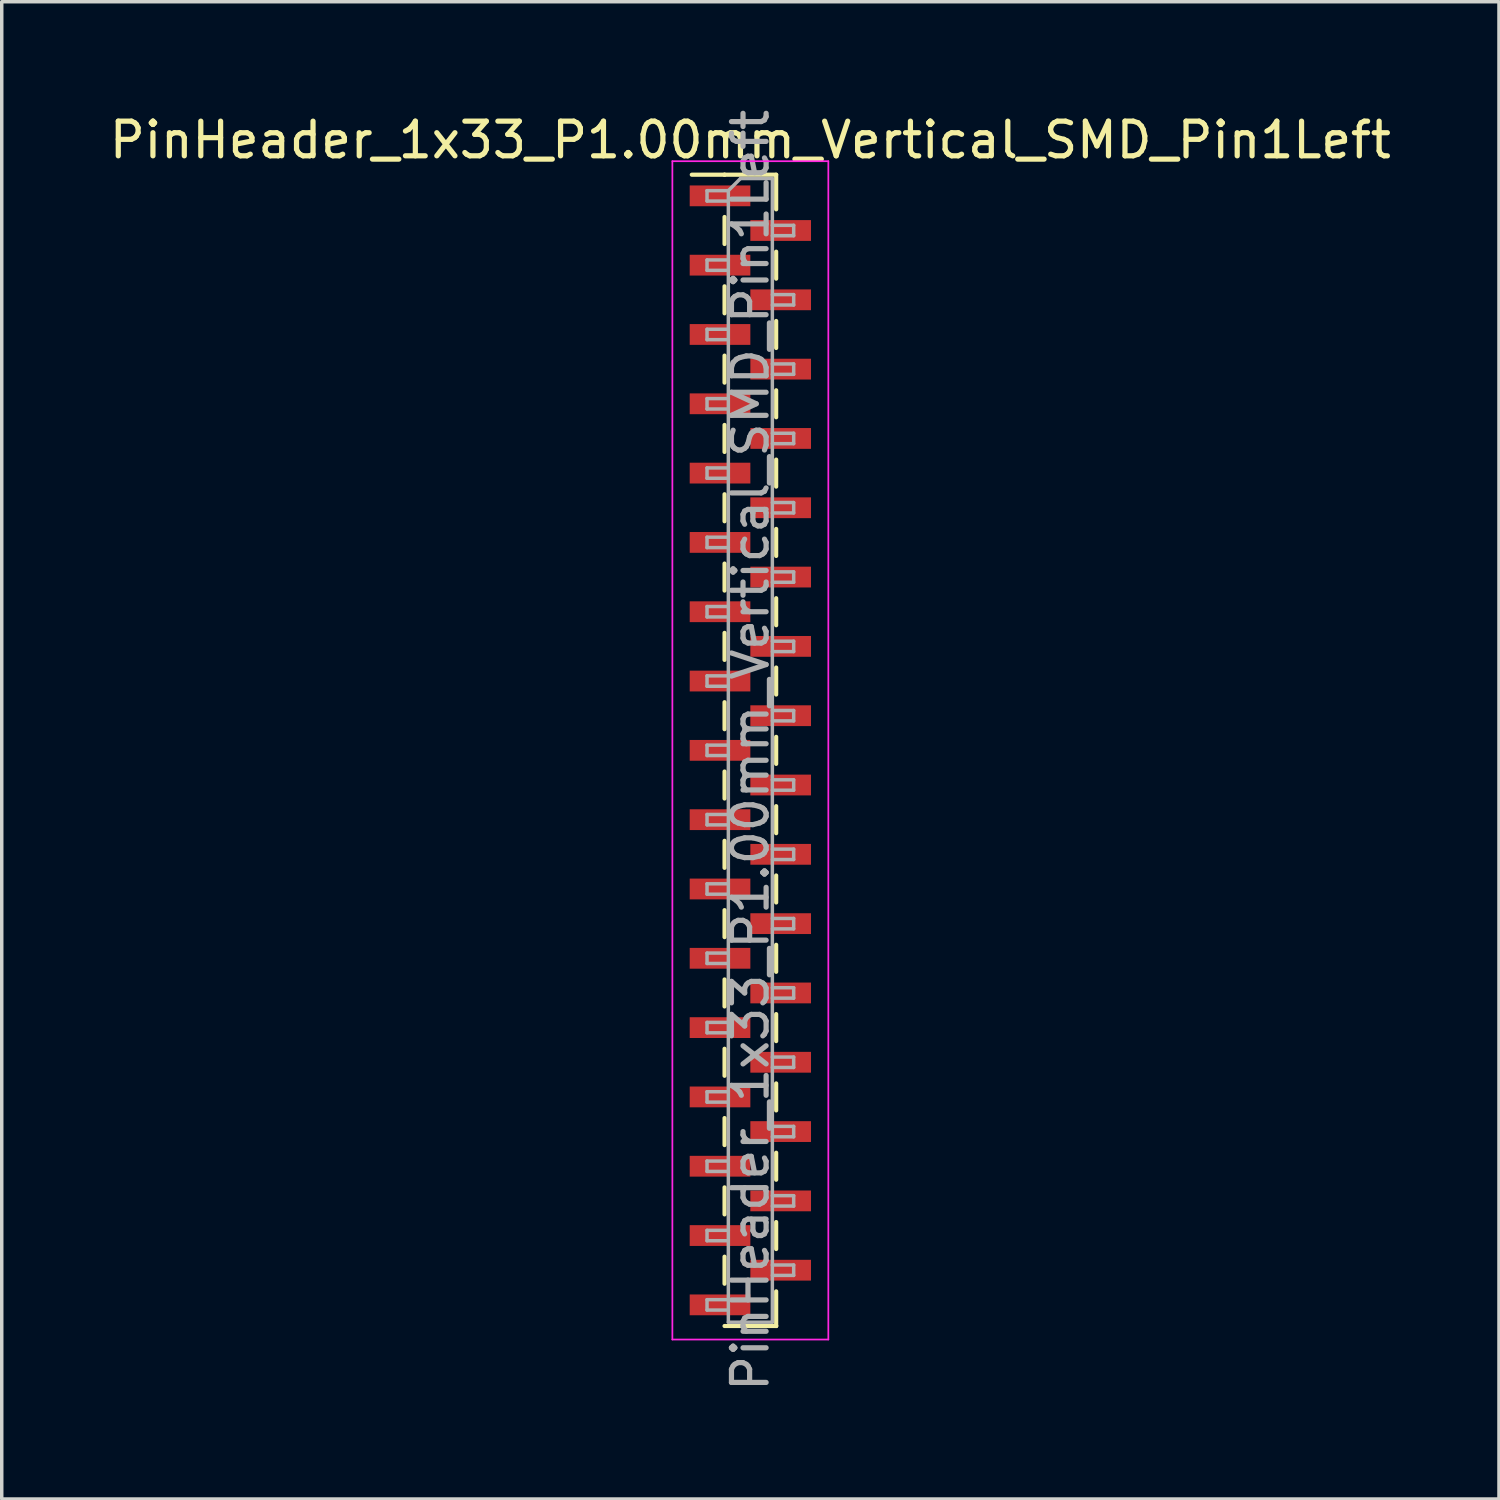
<source format=kicad_pcb>
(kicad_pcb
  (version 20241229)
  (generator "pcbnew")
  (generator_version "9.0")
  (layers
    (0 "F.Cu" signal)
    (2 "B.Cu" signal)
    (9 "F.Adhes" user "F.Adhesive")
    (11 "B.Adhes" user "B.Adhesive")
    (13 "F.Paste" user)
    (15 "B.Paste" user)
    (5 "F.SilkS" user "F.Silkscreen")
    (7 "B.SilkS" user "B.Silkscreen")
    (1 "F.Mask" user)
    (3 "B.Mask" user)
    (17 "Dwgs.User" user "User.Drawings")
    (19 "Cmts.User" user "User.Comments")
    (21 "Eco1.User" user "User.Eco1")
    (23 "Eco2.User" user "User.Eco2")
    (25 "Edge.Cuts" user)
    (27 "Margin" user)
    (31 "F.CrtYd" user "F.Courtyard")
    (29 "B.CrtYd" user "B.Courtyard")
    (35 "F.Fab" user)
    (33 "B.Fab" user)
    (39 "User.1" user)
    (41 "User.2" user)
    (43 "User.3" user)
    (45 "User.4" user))
  (footprint "PinHeader_1x33_P1.00mm_Vertical_SMD_Pin1Left"
    (layer "F.Cu")
    (at 18.601 18.601)
    (property "Reference" "PinHeader_1x33_P1.00mm_Vertical_SMD_Pin1Left" (at 0 -17.61 0) (layer "F.SilkS") (effects (font (size 1 1) (thickness 0.15))))
    (attr smd)
    (fp_line (start -0.745 -16.61) (end -1.69 -16.61) (stroke (width 0.12) (type solid)) (layer "F.SilkS"))
    (fp_line (start -0.745 -16.61) (end -0.745 -16.61) (stroke (width 0.12) (type solid)) (layer "F.SilkS"))
    (fp_line (start -0.745 -16.61) (end 0.745 -16.61) (stroke (width 0.12) (type solid)) (layer "F.SilkS"))
    (fp_line (start -0.745 -15.39) (end -0.745 -14.61) (stroke (width 0.12) (type solid)) (layer "F.SilkS"))
    (fp_line (start -0.745 -13.39) (end -0.745 -12.61) (stroke (width 0.12) (type solid)) (layer "F.SilkS"))
    (fp_line (start -0.745 -11.39) (end -0.745 -10.61) (stroke (width 0.12) (type solid)) (layer "F.SilkS"))
    (fp_line (start -0.745 -9.39) (end -0.745 -8.61) (stroke (width 0.12) (type solid)) (layer "F.SilkS"))
    (fp_line (start -0.745 -7.39) (end -0.745 -6.61) (stroke (width 0.12) (type solid)) (layer "F.SilkS"))
    (fp_line (start -0.745 -5.39) (end -0.745 -4.61) (stroke (width 0.12) (type solid)) (layer "F.SilkS"))
    (fp_line (start -0.745 -3.39) (end -0.745 -2.61) (stroke (width 0.12) (type solid)) (layer "F.SilkS"))
    (fp_line (start -0.745 -1.39) (end -0.745 -0.61) (stroke (width 0.12) (type solid)) (layer "F.SilkS"))
    (fp_line (start -0.745 0.61) (end -0.745 1.39) (stroke (width 0.12) (type solid)) (layer "F.SilkS"))
    (fp_line (start -0.745 2.61) (end -0.745 3.39) (stroke (width 0.12) (type solid)) (layer "F.SilkS"))
    (fp_line (start -0.745 4.61) (end -0.745 5.39) (stroke (width 0.12) (type solid)) (layer "F.SilkS"))
    (fp_line (start -0.745 6.61) (end -0.745 7.39) (stroke (width 0.12) (type solid)) (layer "F.SilkS"))
    (fp_line (start -0.745 8.61) (end -0.745 9.39) (stroke (width 0.12) (type solid)) (layer "F.SilkS"))
    (fp_line (start -0.745 10.61) (end -0.745 11.39) (stroke (width 0.12) (type solid)) (layer "F.SilkS"))
    (fp_line (start -0.745 12.61) (end -0.745 13.39) (stroke (width 0.12) (type solid)) (layer "F.SilkS"))
    (fp_line (start -0.745 14.61) (end -0.745 15.39) (stroke (width 0.12) (type solid)) (layer "F.SilkS"))
    (fp_line (start -0.745 16.61) (end 0.745 16.61) (stroke (width 0.12) (type solid)) (layer "F.SilkS"))
    (fp_line (start 0.745 -16.61) (end 0.745 -15.61) (stroke (width 0.12) (type solid)) (layer "F.SilkS"))
    (fp_line (start 0.745 -14.39) (end 0.745 -13.61) (stroke (width 0.12) (type solid)) (layer "F.SilkS"))
    (fp_line (start 0.745 -12.39) (end 0.745 -11.61) (stroke (width 0.12) (type solid)) (layer "F.SilkS"))
    (fp_line (start 0.745 -10.39) (end 0.745 -9.61) (stroke (width 0.12) (type solid)) (layer "F.SilkS"))
    (fp_line (start 0.745 -8.39) (end 0.745 -7.61) (stroke (width 0.12) (type solid)) (layer "F.SilkS"))
    (fp_line (start 0.745 -6.39) (end 0.745 -5.61) (stroke (width 0.12) (type solid)) (layer "F.SilkS"))
    (fp_line (start 0.745 -4.39) (end 0.745 -3.61) (stroke (width 0.12) (type solid)) (layer "F.SilkS"))
    (fp_line (start 0.745 -2.39) (end 0.745 -1.61) (stroke (width 0.12) (type solid)) (layer "F.SilkS"))
    (fp_line (start 0.745 -0.39) (end 0.745 0.39) (stroke (width 0.12) (type solid)) (layer "F.SilkS"))
    (fp_line (start 0.745 1.61) (end 0.745 2.39) (stroke (width 0.12) (type solid)) (layer "F.SilkS"))
    (fp_line (start 0.745 3.61) (end 0.745 4.39) (stroke (width 0.12) (type solid)) (layer "F.SilkS"))
    (fp_line (start 0.745 5.61) (end 0.745 6.39) (stroke (width 0.12) (type solid)) (layer "F.SilkS"))
    (fp_line (start 0.745 7.61) (end 0.745 8.39) (stroke (width 0.12) (type solid)) (layer "F.SilkS"))
    (fp_line (start 0.745 9.61) (end 0.745 10.39) (stroke (width 0.12) (type solid)) (layer "F.SilkS"))
    (fp_line (start 0.745 11.61) (end 0.745 12.39) (stroke (width 0.12) (type solid)) (layer "F.SilkS"))
    (fp_line (start 0.745 13.61) (end 0.745 14.39) (stroke (width 0.12) (type solid)) (layer "F.SilkS"))
    (fp_line (start 0.745 15.61) (end 0.745 16.61) (stroke (width 0.12) (type solid)) (layer "F.SilkS"))
    (fp_line (start 0.745 16.61) (end 0.745 16.61) (stroke (width 0.12) (type solid)) (layer "F.SilkS"))
    (fp_line (start -2.25 -17) (end -2.25 17) (stroke (width 0.05) (type solid)) (layer "F.CrtYd"))
    (fp_line (start -2.25 17) (end 2.25 17) (stroke (width 0.05) (type solid)) (layer "F.CrtYd"))
    (fp_line (start 2.25 -17) (end -2.25 -17) (stroke (width 0.05) (type solid)) (layer "F.CrtYd"))
    (fp_line (start 2.25 17) (end 2.25 -17) (stroke (width 0.05) (type solid)) (layer "F.CrtYd"))
    (fp_line (start -1.25 -16.15) (end -1.25 -15.85) (stroke (width 0.1) (type solid)) (layer "F.Fab"))
    (fp_line (start -1.25 -15.85) (end -0.635 -15.85) (stroke (width 0.1) (type solid)) (layer "F.Fab"))
    (fp_line (start -1.25 -14.15) (end -1.25 -13.85) (stroke (width 0.1) (type solid)) (layer "F.Fab"))
    (fp_line (start -1.25 -13.85) (end -0.635 -13.85) (stroke (width 0.1) (type solid)) (layer "F.Fab"))
    (fp_line (start -1.25 -12.15) (end -1.25 -11.85) (stroke (width 0.1) (type solid)) (layer "F.Fab"))
    (fp_line (start -1.25 -11.85) (end -0.635 -11.85) (stroke (width 0.1) (type solid)) (layer "F.Fab"))
    (fp_line (start -1.25 -10.15) (end -1.25 -9.85) (stroke (width 0.1) (type solid)) (layer "F.Fab"))
    (fp_line (start -1.25 -9.85) (end -0.635 -9.85) (stroke (width 0.1) (type solid)) (layer "F.Fab"))
    (fp_line (start -1.25 -8.15) (end -1.25 -7.85) (stroke (width 0.1) (type solid)) (layer "F.Fab"))
    (fp_line (start -1.25 -7.85) (end -0.635 -7.85) (stroke (width 0.1) (type solid)) (layer "F.Fab"))
    (fp_line (start -1.25 -6.15) (end -1.25 -5.85) (stroke (width 0.1) (type solid)) (layer "F.Fab"))
    (fp_line (start -1.25 -5.85) (end -0.635 -5.85) (stroke (width 0.1) (type solid)) (layer "F.Fab"))
    (fp_line (start -1.25 -4.15) (end -1.25 -3.85) (stroke (width 0.1) (type solid)) (layer "F.Fab"))
    (fp_line (start -1.25 -3.85) (end -0.635 -3.85) (stroke (width 0.1) (type solid)) (layer "F.Fab"))
    (fp_line (start -1.25 -2.15) (end -1.25 -1.85) (stroke (width 0.1) (type solid)) (layer "F.Fab"))
    (fp_line (start -1.25 -1.85) (end -0.635 -1.85) (stroke (width 0.1) (type solid)) (layer "F.Fab"))
    (fp_line (start -1.25 -0.15) (end -1.25 0.15) (stroke (width 0.1) (type solid)) (layer "F.Fab"))
    (fp_line (start -1.25 0.15) (end -0.635 0.15) (stroke (width 0.1) (type solid)) (layer "F.Fab"))
    (fp_line (start -1.25 1.85) (end -1.25 2.15) (stroke (width 0.1) (type solid)) (layer "F.Fab"))
    (fp_line (start -1.25 2.15) (end -0.635 2.15) (stroke (width 0.1) (type solid)) (layer "F.Fab"))
    (fp_line (start -1.25 3.85) (end -1.25 4.15) (stroke (width 0.1) (type solid)) (layer "F.Fab"))
    (fp_line (start -1.25 4.15) (end -0.635 4.15) (stroke (width 0.1) (type solid)) (layer "F.Fab"))
    (fp_line (start -1.25 5.85) (end -1.25 6.15) (stroke (width 0.1) (type solid)) (layer "F.Fab"))
    (fp_line (start -1.25 6.15) (end -0.635 6.15) (stroke (width 0.1) (type solid)) (layer "F.Fab"))
    (fp_line (start -1.25 7.85) (end -1.25 8.15) (stroke (width 0.1) (type solid)) (layer "F.Fab"))
    (fp_line (start -1.25 8.15) (end -0.635 8.15) (stroke (width 0.1) (type solid)) (layer "F.Fab"))
    (fp_line (start -1.25 9.85) (end -1.25 10.15) (stroke (width 0.1) (type solid)) (layer "F.Fab"))
    (fp_line (start -1.25 10.15) (end -0.635 10.15) (stroke (width 0.1) (type solid)) (layer "F.Fab"))
    (fp_line (start -1.25 11.85) (end -1.25 12.15) (stroke (width 0.1) (type solid)) (layer "F.Fab"))
    (fp_line (start -1.25 12.15) (end -0.635 12.15) (stroke (width 0.1) (type solid)) (layer "F.Fab"))
    (fp_line (start -1.25 13.85) (end -1.25 14.15) (stroke (width 0.1) (type solid)) (layer "F.Fab"))
    (fp_line (start -1.25 14.15) (end -0.635 14.15) (stroke (width 0.1) (type solid)) (layer "F.Fab"))
    (fp_line (start -1.25 15.85) (end -1.25 16.15) (stroke (width 0.1) (type solid)) (layer "F.Fab"))
    (fp_line (start -1.25 16.15) (end -0.635 16.15) (stroke (width 0.1) (type solid)) (layer "F.Fab"))
    (fp_line (start -0.635 -16.15) (end -1.25 -16.15) (stroke (width 0.1) (type solid)) (layer "F.Fab"))
    (fp_line (start -0.635 -16.15) (end -0.285 -16.5) (stroke (width 0.1) (type solid)) (layer "F.Fab"))
    (fp_line (start -0.635 -14.15) (end -1.25 -14.15) (stroke (width 0.1) (type solid)) (layer "F.Fab"))
    (fp_line (start -0.635 -12.15) (end -1.25 -12.15) (stroke (width 0.1) (type solid)) (layer "F.Fab"))
    (fp_line (start -0.635 -10.15) (end -1.25 -10.15) (stroke (width 0.1) (type solid)) (layer "F.Fab"))
    (fp_line (start -0.635 -8.15) (end -1.25 -8.15) (stroke (width 0.1) (type solid)) (layer "F.Fab"))
    (fp_line (start -0.635 -6.15) (end -1.25 -6.15) (stroke (width 0.1) (type solid)) (layer "F.Fab"))
    (fp_line (start -0.635 -4.15) (end -1.25 -4.15) (stroke (width 0.1) (type solid)) (layer "F.Fab"))
    (fp_line (start -0.635 -2.15) (end -1.25 -2.15) (stroke (width 0.1) (type solid)) (layer "F.Fab"))
    (fp_line (start -0.635 -0.15) (end -1.25 -0.15) (stroke (width 0.1) (type solid)) (layer "F.Fab"))
    (fp_line (start -0.635 1.85) (end -1.25 1.85) (stroke (width 0.1) (type solid)) (layer "F.Fab"))
    (fp_line (start -0.635 3.85) (end -1.25 3.85) (stroke (width 0.1) (type solid)) (layer "F.Fab"))
    (fp_line (start -0.635 5.85) (end -1.25 5.85) (stroke (width 0.1) (type solid)) (layer "F.Fab"))
    (fp_line (start -0.635 7.85) (end -1.25 7.85) (stroke (width 0.1) (type solid)) (layer "F.Fab"))
    (fp_line (start -0.635 9.85) (end -1.25 9.85) (stroke (width 0.1) (type solid)) (layer "F.Fab"))
    (fp_line (start -0.635 11.85) (end -1.25 11.85) (stroke (width 0.1) (type solid)) (layer "F.Fab"))
    (fp_line (start -0.635 13.85) (end -1.25 13.85) (stroke (width 0.1) (type solid)) (layer "F.Fab"))
    (fp_line (start -0.635 15.85) (end -1.25 15.85) (stroke (width 0.1) (type solid)) (layer "F.Fab"))
    (fp_line (start -0.635 16.5) (end -0.635 -16.15) (stroke (width 0.1) (type solid)) (layer "F.Fab"))
    (fp_line (start -0.285 -16.5) (end 0.635 -16.5) (stroke (width 0.1) (type solid)) (layer "F.Fab"))
    (fp_line (start 0.635 -16.5) (end 0.635 16.5) (stroke (width 0.1) (type solid)) (layer "F.Fab"))
    (fp_line (start 0.635 -15.15) (end 1.25 -15.15) (stroke (width 0.1) (type solid)) (layer "F.Fab"))
    (fp_line (start 0.635 -13.15) (end 1.25 -13.15) (stroke (width 0.1) (type solid)) (layer "F.Fab"))
    (fp_line (start 0.635 -11.15) (end 1.25 -11.15) (stroke (width 0.1) (type solid)) (layer "F.Fab"))
    (fp_line (start 0.635 -9.15) (end 1.25 -9.15) (stroke (width 0.1) (type solid)) (layer "F.Fab"))
    (fp_line (start 0.635 -7.15) (end 1.25 -7.15) (stroke (width 0.1) (type solid)) (layer "F.Fab"))
    (fp_line (start 0.635 -5.15) (end 1.25 -5.15) (stroke (width 0.1) (type solid)) (layer "F.Fab"))
    (fp_line (start 0.635 -3.15) (end 1.25 -3.15) (stroke (width 0.1) (type solid)) (layer "F.Fab"))
    (fp_line (start 0.635 -1.15) (end 1.25 -1.15) (stroke (width 0.1) (type solid)) (layer "F.Fab"))
    (fp_line (start 0.635 0.85) (end 1.25 0.85) (stroke (width 0.1) (type solid)) (layer "F.Fab"))
    (fp_line (start 0.635 2.85) (end 1.25 2.85) (stroke (width 0.1) (type solid)) (layer "F.Fab"))
    (fp_line (start 0.635 4.85) (end 1.25 4.85) (stroke (width 0.1) (type solid)) (layer "F.Fab"))
    (fp_line (start 0.635 6.85) (end 1.25 6.85) (stroke (width 0.1) (type solid)) (layer "F.Fab"))
    (fp_line (start 0.635 8.85) (end 1.25 8.85) (stroke (width 0.1) (type solid)) (layer "F.Fab"))
    (fp_line (start 0.635 10.85) (end 1.25 10.85) (stroke (width 0.1) (type solid)) (layer "F.Fab"))
    (fp_line (start 0.635 12.85) (end 1.25 12.85) (stroke (width 0.1) (type solid)) (layer "F.Fab"))
    (fp_line (start 0.635 14.85) (end 1.25 14.85) (stroke (width 0.1) (type solid)) (layer "F.Fab"))
    (fp_line (start 0.635 16.5) (end -0.635 16.5) (stroke (width 0.1) (type solid)) (layer "F.Fab"))
    (fp_line (start 1.25 -15.15) (end 1.25 -14.85) (stroke (width 0.1) (type solid)) (layer "F.Fab"))
    (fp_line (start 1.25 -14.85) (end 0.635 -14.85) (stroke (width 0.1) (type solid)) (layer "F.Fab"))
    (fp_line (start 1.25 -13.15) (end 1.25 -12.85) (stroke (width 0.1) (type solid)) (layer "F.Fab"))
    (fp_line (start 1.25 -12.85) (end 0.635 -12.85) (stroke (width 0.1) (type solid)) (layer "F.Fab"))
    (fp_line (start 1.25 -11.15) (end 1.25 -10.85) (stroke (width 0.1) (type solid)) (layer "F.Fab"))
    (fp_line (start 1.25 -10.85) (end 0.635 -10.85) (stroke (width 0.1) (type solid)) (layer "F.Fab"))
    (fp_line (start 1.25 -9.15) (end 1.25 -8.85) (stroke (width 0.1) (type solid)) (layer "F.Fab"))
    (fp_line (start 1.25 -8.85) (end 0.635 -8.85) (stroke (width 0.1) (type solid)) (layer "F.Fab"))
    (fp_line (start 1.25 -7.15) (end 1.25 -6.85) (stroke (width 0.1) (type solid)) (layer "F.Fab"))
    (fp_line (start 1.25 -6.85) (end 0.635 -6.85) (stroke (width 0.1) (type solid)) (layer "F.Fab"))
    (fp_line (start 1.25 -5.15) (end 1.25 -4.85) (stroke (width 0.1) (type solid)) (layer "F.Fab"))
    (fp_line (start 1.25 -4.85) (end 0.635 -4.85) (stroke (width 0.1) (type solid)) (layer "F.Fab"))
    (fp_line (start 1.25 -3.15) (end 1.25 -2.85) (stroke (width 0.1) (type solid)) (layer "F.Fab"))
    (fp_line (start 1.25 -2.85) (end 0.635 -2.85) (stroke (width 0.1) (type solid)) (layer "F.Fab"))
    (fp_line (start 1.25 -1.15) (end 1.25 -0.85) (stroke (width 0.1) (type solid)) (layer "F.Fab"))
    (fp_line (start 1.25 -0.85) (end 0.635 -0.85) (stroke (width 0.1) (type solid)) (layer "F.Fab"))
    (fp_line (start 1.25 0.85) (end 1.25 1.15) (stroke (width 0.1) (type solid)) (layer "F.Fab"))
    (fp_line (start 1.25 1.15) (end 0.635 1.15) (stroke (width 0.1) (type solid)) (layer "F.Fab"))
    (fp_line (start 1.25 2.85) (end 1.25 3.15) (stroke (width 0.1) (type solid)) (layer "F.Fab"))
    (fp_line (start 1.25 3.15) (end 0.635 3.15) (stroke (width 0.1) (type solid)) (layer "F.Fab"))
    (fp_line (start 1.25 4.85) (end 1.25 5.15) (stroke (width 0.1) (type solid)) (layer "F.Fab"))
    (fp_line (start 1.25 5.15) (end 0.635 5.15) (stroke (width 0.1) (type solid)) (layer "F.Fab"))
    (fp_line (start 1.25 6.85) (end 1.25 7.15) (stroke (width 0.1) (type solid)) (layer "F.Fab"))
    (fp_line (start 1.25 7.15) (end 0.635 7.15) (stroke (width 0.1) (type solid)) (layer "F.Fab"))
    (fp_line (start 1.25 8.85) (end 1.25 9.15) (stroke (width 0.1) (type solid)) (layer "F.Fab"))
    (fp_line (start 1.25 9.15) (end 0.635 9.15) (stroke (width 0.1) (type solid)) (layer "F.Fab"))
    (fp_line (start 1.25 10.85) (end 1.25 11.15) (stroke (width 0.1) (type solid)) (layer "F.Fab"))
    (fp_line (start 1.25 11.15) (end 0.635 11.15) (stroke (width 0.1) (type solid)) (layer "F.Fab"))
    (fp_line (start 1.25 12.85) (end 1.25 13.15) (stroke (width 0.1) (type solid)) (layer "F.Fab"))
    (fp_line (start 1.25 13.15) (end 0.635 13.15) (stroke (width 0.1) (type solid)) (layer "F.Fab"))
    (fp_line (start 1.25 14.85) (end 1.25 15.15) (stroke (width 0.1) (type solid)) (layer "F.Fab"))
    (fp_line (start 1.25 15.15) (end 0.635 15.15) (stroke (width 0.1) (type solid)) (layer "F.Fab"))
    (fp_text user "${REFERENCE}" (at 0 0 90) (layer "F.Fab") (effects (font (size 1 1) (thickness 0.15))))
    (pad "1" smd rect (at -0.875 -16) (size 1.75 0.6) (layers "F.Cu" "F.Mask" "F.Paste"))
    (pad "2" smd rect (at 0.875 -15) (size 1.75 0.6) (layers "F.Cu" "F.Mask" "F.Paste"))
    (pad "3" smd rect (at -0.875 -14) (size 1.75 0.6) (layers "F.Cu" "F.Mask" "F.Paste"))
    (pad "4" smd rect (at 0.875 -13) (size 1.75 0.6) (layers "F.Cu" "F.Mask" "F.Paste"))
    (pad "5" smd rect (at -0.875 -12) (size 1.75 0.6) (layers "F.Cu" "F.Mask" "F.Paste"))
    (pad "6" smd rect (at 0.875 -11) (size 1.75 0.6) (layers "F.Cu" "F.Mask" "F.Paste"))
    (pad "7" smd rect (at -0.875 -10) (size 1.75 0.6) (layers "F.Cu" "F.Mask" "F.Paste"))
    (pad "8" smd rect (at 0.875 -9) (size 1.75 0.6) (layers "F.Cu" "F.Mask" "F.Paste"))
    (pad "9" smd rect (at -0.875 -8) (size 1.75 0.6) (layers "F.Cu" "F.Mask" "F.Paste"))
    (pad "10" smd rect (at 0.875 -7) (size 1.75 0.6) (layers "F.Cu" "F.Mask" "F.Paste"))
    (pad "11" smd rect (at -0.875 -6) (size 1.75 0.6) (layers "F.Cu" "F.Mask" "F.Paste"))
    (pad "12" smd rect (at 0.875 -5) (size 1.75 0.6) (layers "F.Cu" "F.Mask" "F.Paste"))
    (pad "13" smd rect (at -0.875 -4) (size 1.75 0.6) (layers "F.Cu" "F.Mask" "F.Paste"))
    (pad "14" smd rect (at 0.875 -3) (size 1.75 0.6) (layers "F.Cu" "F.Mask" "F.Paste"))
    (pad "15" smd rect (at -0.875 -2) (size 1.75 0.6) (layers "F.Cu" "F.Mask" "F.Paste"))
    (pad "16" smd rect (at 0.875 -1) (size 1.75 0.6) (layers "F.Cu" "F.Mask" "F.Paste"))
    (pad "17" smd rect (at -0.875 0) (size 1.75 0.6) (layers "F.Cu" "F.Mask" "F.Paste"))
    (pad "18" smd rect (at 0.875 1) (size 1.75 0.6) (layers "F.Cu" "F.Mask" "F.Paste"))
    (pad "19" smd rect (at -0.875 2) (size 1.75 0.6) (layers "F.Cu" "F.Mask" "F.Paste"))
    (pad "20" smd rect (at 0.875 3) (size 1.75 0.6) (layers "F.Cu" "F.Mask" "F.Paste"))
    (pad "21" smd rect (at -0.875 4) (size 1.75 0.6) (layers "F.Cu" "F.Mask" "F.Paste"))
    (pad "22" smd rect (at 0.875 5) (size 1.75 0.6) (layers "F.Cu" "F.Mask" "F.Paste"))
    (pad "23" smd rect (at -0.875 6) (size 1.75 0.6) (layers "F.Cu" "F.Mask" "F.Paste"))
    (pad "24" smd rect (at 0.875 7) (size 1.75 0.6) (layers "F.Cu" "F.Mask" "F.Paste"))
    (pad "25" smd rect (at -0.875 8) (size 1.75 0.6) (layers "F.Cu" "F.Mask" "F.Paste"))
    (pad "26" smd rect (at 0.875 9) (size 1.75 0.6) (layers "F.Cu" "F.Mask" "F.Paste"))
    (pad "27" smd rect (at -0.875 10) (size 1.75 0.6) (layers "F.Cu" "F.Mask" "F.Paste"))
    (pad "28" smd rect (at 0.875 11) (size 1.75 0.6) (layers "F.Cu" "F.Mask" "F.Paste"))
    (pad "29" smd rect (at -0.875 12) (size 1.75 0.6) (layers "F.Cu" "F.Mask" "F.Paste"))
    (pad "30" smd rect (at 0.875 13) (size 1.75 0.6) (layers "F.Cu" "F.Mask" "F.Paste"))
    (pad "31" smd rect (at -0.875 14) (size 1.75 0.6) (layers "F.Cu" "F.Mask" "F.Paste"))
    (pad "32" smd rect (at 0.875 15) (size 1.75 0.6) (layers "F.Cu" "F.Mask" "F.Paste"))
    (pad "33" smd rect (at -0.875 16) (size 1.75 0.6) (layers "F.Cu" "F.Mask" "F.Paste")))
  (gr_rect
    (start -3 -3)
    (end 40.202 40.202)
    (stroke (width 0.1) (type default))
    (fill no)
    (layer "Edge.Cuts")))
</source>
